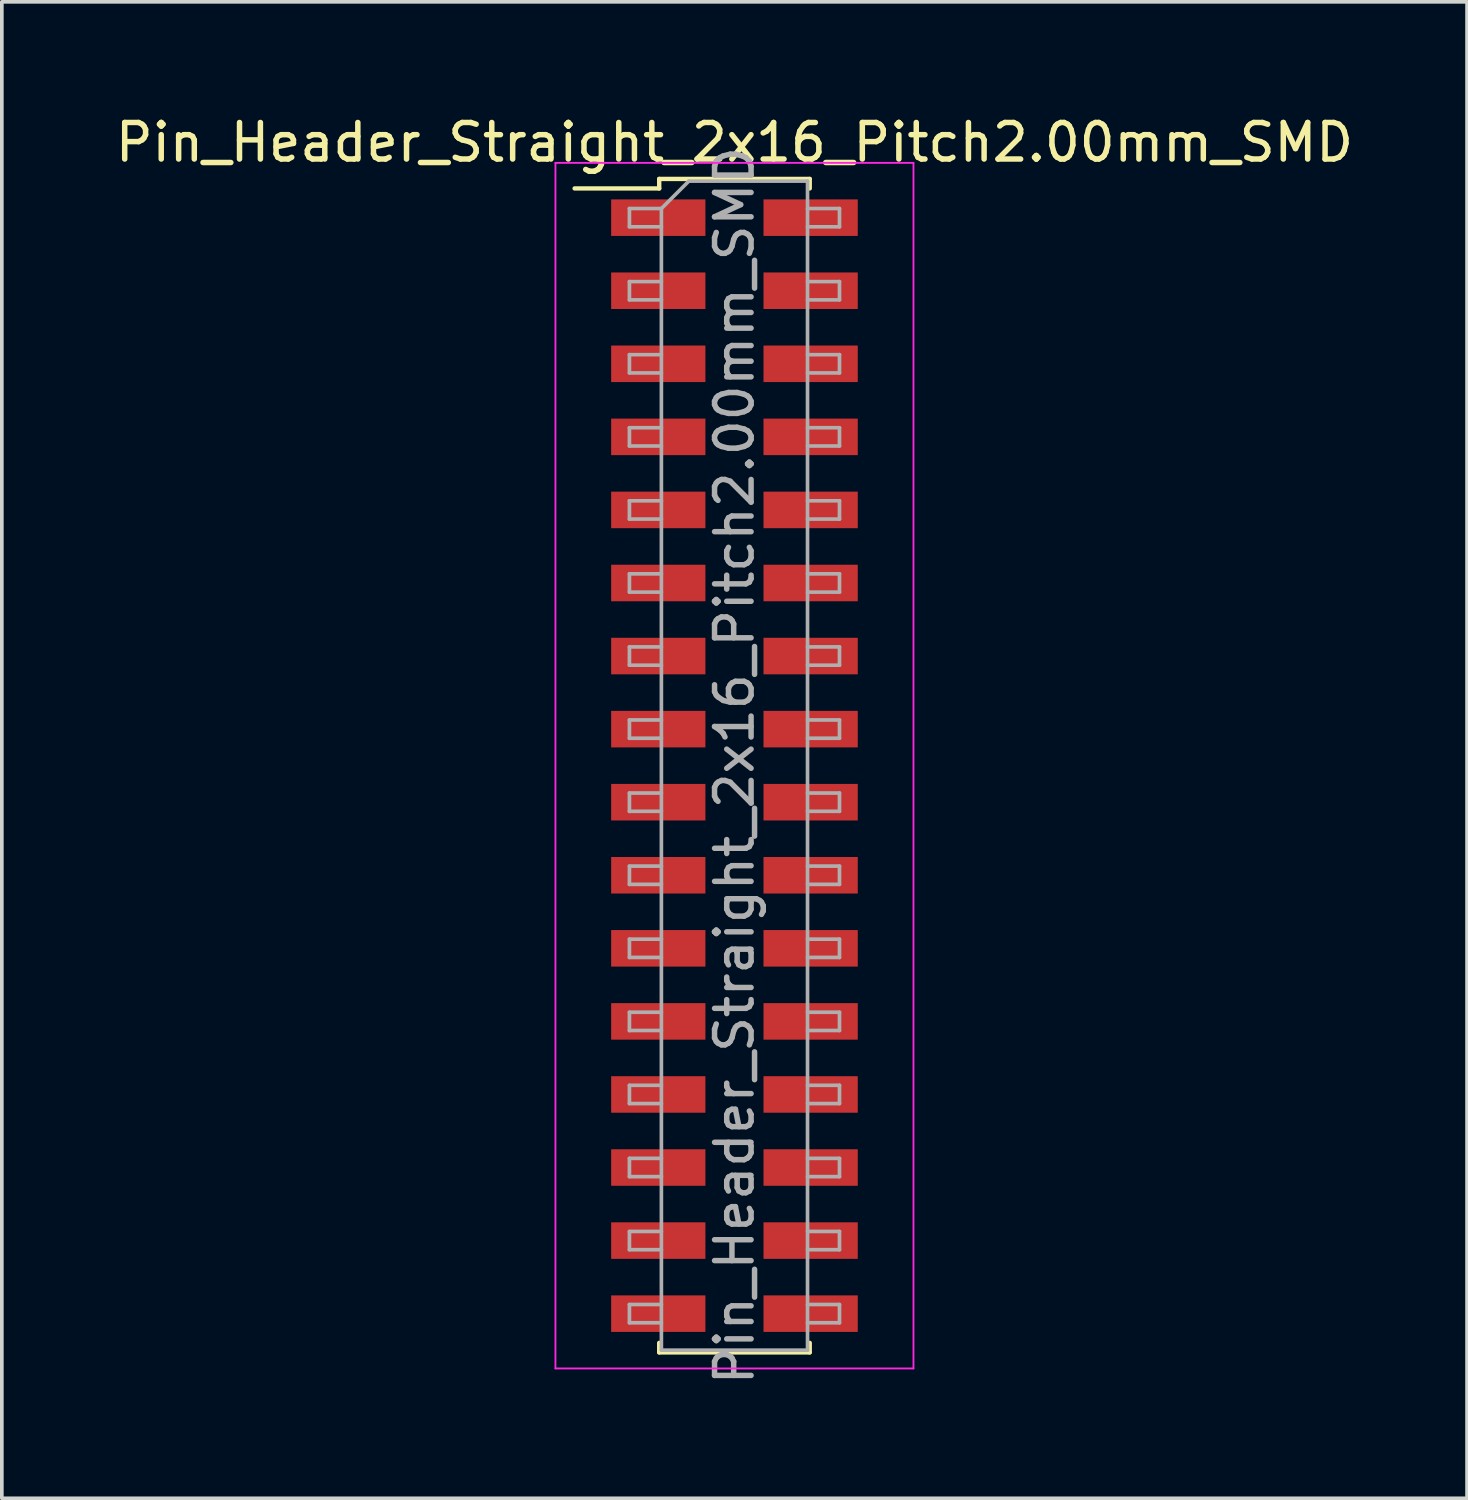
<source format=kicad_pcb>
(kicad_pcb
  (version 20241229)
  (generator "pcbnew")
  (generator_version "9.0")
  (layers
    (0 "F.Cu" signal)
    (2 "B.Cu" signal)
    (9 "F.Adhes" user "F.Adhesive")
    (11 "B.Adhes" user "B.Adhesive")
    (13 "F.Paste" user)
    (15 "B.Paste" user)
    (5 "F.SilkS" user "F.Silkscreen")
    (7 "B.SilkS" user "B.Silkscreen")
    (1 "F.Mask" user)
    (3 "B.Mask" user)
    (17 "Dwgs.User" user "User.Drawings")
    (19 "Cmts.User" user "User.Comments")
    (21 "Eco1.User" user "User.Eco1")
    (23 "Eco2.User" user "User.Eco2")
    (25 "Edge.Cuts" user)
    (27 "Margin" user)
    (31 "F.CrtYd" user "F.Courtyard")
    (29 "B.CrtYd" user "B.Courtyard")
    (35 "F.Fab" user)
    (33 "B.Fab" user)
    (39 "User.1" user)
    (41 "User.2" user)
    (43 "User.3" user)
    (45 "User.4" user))
  (footprint "Pin_Header_Straight_2x16_Pitch2.00mm_SMD"
    (layer "F.Cu")
    (at 17.054 17.908)
    (property "Reference" "Pin_Header_Straight_2x16_Pitch2.00mm_SMD" (at 0 -17.06 0) (layer "F.SilkS") (effects (font (size 1 1) (thickness 0.15))))
    (attr smd)
    (fp_line (start -4.375 -15.8) (end -2.06 -15.8) (stroke (width 0.12) (type solid)) (layer "F.SilkS"))
    (fp_line (start -2.06 -16.06) (end 2.06 -16.06) (stroke (width 0.12) (type solid)) (layer "F.SilkS"))
    (fp_line (start -2.06 -15.8) (end -2.06 -16.06) (stroke (width 0.12) (type solid)) (layer "F.SilkS"))
    (fp_line (start -2.06 15.8) (end -2.06 16.06) (stroke (width 0.12) (type solid)) (layer "F.SilkS"))
    (fp_line (start -2.06 16.06) (end 2.06 16.06) (stroke (width 0.12) (type solid)) (layer "F.SilkS"))
    (fp_line (start 2.06 -16.06) (end 2.06 -15.8) (stroke (width 0.12) (type solid)) (layer "F.SilkS"))
    (fp_line (start 2.06 16.06) (end 2.06 15.8) (stroke (width 0.12) (type solid)) (layer "F.SilkS"))
    (fp_line (start -4.9 -16.5) (end -4.9 16.5) (stroke (width 0.05) (type solid)) (layer "F.CrtYd"))
    (fp_line (start -4.9 16.5) (end 4.9 16.5) (stroke (width 0.05) (type solid)) (layer "F.CrtYd"))
    (fp_line (start 4.9 -16.5) (end -4.9 -16.5) (stroke (width 0.05) (type solid)) (layer "F.CrtYd"))
    (fp_line (start 4.9 16.5) (end 4.9 -16.5) (stroke (width 0.05) (type solid)) (layer "F.CrtYd"))
    (fp_line (start -2.875 -15.25) (end -2.875 -14.75) (stroke (width 0.1) (type solid)) (layer "F.Fab"))
    (fp_line (start -2.875 -14.75) (end -2 -14.75) (stroke (width 0.1) (type solid)) (layer "F.Fab"))
    (fp_line (start -2.875 -13.25) (end -2.875 -12.75) (stroke (width 0.1) (type solid)) (layer "F.Fab"))
    (fp_line (start -2.875 -12.75) (end -2 -12.75) (stroke (width 0.1) (type solid)) (layer "F.Fab"))
    (fp_line (start -2.875 -11.25) (end -2.875 -10.75) (stroke (width 0.1) (type solid)) (layer "F.Fab"))
    (fp_line (start -2.875 -10.75) (end -2 -10.75) (stroke (width 0.1) (type solid)) (layer "F.Fab"))
    (fp_line (start -2.875 -9.25) (end -2.875 -8.75) (stroke (width 0.1) (type solid)) (layer "F.Fab"))
    (fp_line (start -2.875 -8.75) (end -2 -8.75) (stroke (width 0.1) (type solid)) (layer "F.Fab"))
    (fp_line (start -2.875 -7.25) (end -2.875 -6.75) (stroke (width 0.1) (type solid)) (layer "F.Fab"))
    (fp_line (start -2.875 -6.75) (end -2 -6.75) (stroke (width 0.1) (type solid)) (layer "F.Fab"))
    (fp_line (start -2.875 -5.25) (end -2.875 -4.75) (stroke (width 0.1) (type solid)) (layer "F.Fab"))
    (fp_line (start -2.875 -4.75) (end -2 -4.75) (stroke (width 0.1) (type solid)) (layer "F.Fab"))
    (fp_line (start -2.875 -3.25) (end -2.875 -2.75) (stroke (width 0.1) (type solid)) (layer "F.Fab"))
    (fp_line (start -2.875 -2.75) (end -2 -2.75) (stroke (width 0.1) (type solid)) (layer "F.Fab"))
    (fp_line (start -2.875 -1.25) (end -2.875 -0.75) (stroke (width 0.1) (type solid)) (layer "F.Fab"))
    (fp_line (start -2.875 -0.75) (end -2 -0.75) (stroke (width 0.1) (type solid)) (layer "F.Fab"))
    (fp_line (start -2.875 0.75) (end -2.875 1.25) (stroke (width 0.1) (type solid)) (layer "F.Fab"))
    (fp_line (start -2.875 1.25) (end -2 1.25) (stroke (width 0.1) (type solid)) (layer "F.Fab"))
    (fp_line (start -2.875 2.75) (end -2.875 3.25) (stroke (width 0.1) (type solid)) (layer "F.Fab"))
    (fp_line (start -2.875 3.25) (end -2 3.25) (stroke (width 0.1) (type solid)) (layer "F.Fab"))
    (fp_line (start -2.875 4.75) (end -2.875 5.25) (stroke (width 0.1) (type solid)) (layer "F.Fab"))
    (fp_line (start -2.875 5.25) (end -2 5.25) (stroke (width 0.1) (type solid)) (layer "F.Fab"))
    (fp_line (start -2.875 6.75) (end -2.875 7.25) (stroke (width 0.1) (type solid)) (layer "F.Fab"))
    (fp_line (start -2.875 7.25) (end -2 7.25) (stroke (width 0.1) (type solid)) (layer "F.Fab"))
    (fp_line (start -2.875 8.75) (end -2.875 9.25) (stroke (width 0.1) (type solid)) (layer "F.Fab"))
    (fp_line (start -2.875 9.25) (end -2 9.25) (stroke (width 0.1) (type solid)) (layer "F.Fab"))
    (fp_line (start -2.875 10.75) (end -2.875 11.25) (stroke (width 0.1) (type solid)) (layer "F.Fab"))
    (fp_line (start -2.875 11.25) (end -2 11.25) (stroke (width 0.1) (type solid)) (layer "F.Fab"))
    (fp_line (start -2.875 12.75) (end -2.875 13.25) (stroke (width 0.1) (type solid)) (layer "F.Fab"))
    (fp_line (start -2.875 13.25) (end -2 13.25) (stroke (width 0.1) (type solid)) (layer "F.Fab"))
    (fp_line (start -2.875 14.75) (end -2.875 15.25) (stroke (width 0.1) (type solid)) (layer "F.Fab"))
    (fp_line (start -2.875 15.25) (end -2 15.25) (stroke (width 0.1) (type solid)) (layer "F.Fab"))
    (fp_line (start -2 -15.25) (end -2.875 -15.25) (stroke (width 0.1) (type solid)) (layer "F.Fab"))
    (fp_line (start -2 -15.25) (end -1.25 -16) (stroke (width 0.1) (type solid)) (layer "F.Fab"))
    (fp_line (start -2 -13.25) (end -2.875 -13.25) (stroke (width 0.1) (type solid)) (layer "F.Fab"))
    (fp_line (start -2 -11.25) (end -2.875 -11.25) (stroke (width 0.1) (type solid)) (layer "F.Fab"))
    (fp_line (start -2 -9.25) (end -2.875 -9.25) (stroke (width 0.1) (type solid)) (layer "F.Fab"))
    (fp_line (start -2 -7.25) (end -2.875 -7.25) (stroke (width 0.1) (type solid)) (layer "F.Fab"))
    (fp_line (start -2 -5.25) (end -2.875 -5.25) (stroke (width 0.1) (type solid)) (layer "F.Fab"))
    (fp_line (start -2 -3.25) (end -2.875 -3.25) (stroke (width 0.1) (type solid)) (layer "F.Fab"))
    (fp_line (start -2 -1.25) (end -2.875 -1.25) (stroke (width 0.1) (type solid)) (layer "F.Fab"))
    (fp_line (start -2 0.75) (end -2.875 0.75) (stroke (width 0.1) (type solid)) (layer "F.Fab"))
    (fp_line (start -2 2.75) (end -2.875 2.75) (stroke (width 0.1) (type solid)) (layer "F.Fab"))
    (fp_line (start -2 4.75) (end -2.875 4.75) (stroke (width 0.1) (type solid)) (layer "F.Fab"))
    (fp_line (start -2 6.75) (end -2.875 6.75) (stroke (width 0.1) (type solid)) (layer "F.Fab"))
    (fp_line (start -2 8.75) (end -2.875 8.75) (stroke (width 0.1) (type solid)) (layer "F.Fab"))
    (fp_line (start -2 10.75) (end -2.875 10.75) (stroke (width 0.1) (type solid)) (layer "F.Fab"))
    (fp_line (start -2 12.75) (end -2.875 12.75) (stroke (width 0.1) (type solid)) (layer "F.Fab"))
    (fp_line (start -2 14.75) (end -2.875 14.75) (stroke (width 0.1) (type solid)) (layer "F.Fab"))
    (fp_line (start -2 16) (end -2 -15.25) (stroke (width 0.1) (type solid)) (layer "F.Fab"))
    (fp_line (start -1.25 -16) (end 2 -16) (stroke (width 0.1) (type solid)) (layer "F.Fab"))
    (fp_line (start 2 -16) (end 2 16) (stroke (width 0.1) (type solid)) (layer "F.Fab"))
    (fp_line (start 2 -15.25) (end 2.875 -15.25) (stroke (width 0.1) (type solid)) (layer "F.Fab"))
    (fp_line (start 2 -13.25) (end 2.875 -13.25) (stroke (width 0.1) (type solid)) (layer "F.Fab"))
    (fp_line (start 2 -11.25) (end 2.875 -11.25) (stroke (width 0.1) (type solid)) (layer "F.Fab"))
    (fp_line (start 2 -9.25) (end 2.875 -9.25) (stroke (width 0.1) (type solid)) (layer "F.Fab"))
    (fp_line (start 2 -7.25) (end 2.875 -7.25) (stroke (width 0.1) (type solid)) (layer "F.Fab"))
    (fp_line (start 2 -5.25) (end 2.875 -5.25) (stroke (width 0.1) (type solid)) (layer "F.Fab"))
    (fp_line (start 2 -3.25) (end 2.875 -3.25) (stroke (width 0.1) (type solid)) (layer "F.Fab"))
    (fp_line (start 2 -1.25) (end 2.875 -1.25) (stroke (width 0.1) (type solid)) (layer "F.Fab"))
    (fp_line (start 2 0.75) (end 2.875 0.75) (stroke (width 0.1) (type solid)) (layer "F.Fab"))
    (fp_line (start 2 2.75) (end 2.875 2.75) (stroke (width 0.1) (type solid)) (layer "F.Fab"))
    (fp_line (start 2 4.75) (end 2.875 4.75) (stroke (width 0.1) (type solid)) (layer "F.Fab"))
    (fp_line (start 2 6.75) (end 2.875 6.75) (stroke (width 0.1) (type solid)) (layer "F.Fab"))
    (fp_line (start 2 8.75) (end 2.875 8.75) (stroke (width 0.1) (type solid)) (layer "F.Fab"))
    (fp_line (start 2 10.75) (end 2.875 10.75) (stroke (width 0.1) (type solid)) (layer "F.Fab"))
    (fp_line (start 2 12.75) (end 2.875 12.75) (stroke (width 0.1) (type solid)) (layer "F.Fab"))
    (fp_line (start 2 14.75) (end 2.875 14.75) (stroke (width 0.1) (type solid)) (layer "F.Fab"))
    (fp_line (start 2 16) (end -2 16) (stroke (width 0.1) (type solid)) (layer "F.Fab"))
    (fp_line (start 2.875 -15.25) (end 2.875 -14.75) (stroke (width 0.1) (type solid)) (layer "F.Fab"))
    (fp_line (start 2.875 -14.75) (end 2 -14.75) (stroke (width 0.1) (type solid)) (layer "F.Fab"))
    (fp_line (start 2.875 -13.25) (end 2.875 -12.75) (stroke (width 0.1) (type solid)) (layer "F.Fab"))
    (fp_line (start 2.875 -12.75) (end 2 -12.75) (stroke (width 0.1) (type solid)) (layer "F.Fab"))
    (fp_line (start 2.875 -11.25) (end 2.875 -10.75) (stroke (width 0.1) (type solid)) (layer "F.Fab"))
    (fp_line (start 2.875 -10.75) (end 2 -10.75) (stroke (width 0.1) (type solid)) (layer "F.Fab"))
    (fp_line (start 2.875 -9.25) (end 2.875 -8.75) (stroke (width 0.1) (type solid)) (layer "F.Fab"))
    (fp_line (start 2.875 -8.75) (end 2 -8.75) (stroke (width 0.1) (type solid)) (layer "F.Fab"))
    (fp_line (start 2.875 -7.25) (end 2.875 -6.75) (stroke (width 0.1) (type solid)) (layer "F.Fab"))
    (fp_line (start 2.875 -6.75) (end 2 -6.75) (stroke (width 0.1) (type solid)) (layer "F.Fab"))
    (fp_line (start 2.875 -5.25) (end 2.875 -4.75) (stroke (width 0.1) (type solid)) (layer "F.Fab"))
    (fp_line (start 2.875 -4.75) (end 2 -4.75) (stroke (width 0.1) (type solid)) (layer "F.Fab"))
    (fp_line (start 2.875 -3.25) (end 2.875 -2.75) (stroke (width 0.1) (type solid)) (layer "F.Fab"))
    (fp_line (start 2.875 -2.75) (end 2 -2.75) (stroke (width 0.1) (type solid)) (layer "F.Fab"))
    (fp_line (start 2.875 -1.25) (end 2.875 -0.75) (stroke (width 0.1) (type solid)) (layer "F.Fab"))
    (fp_line (start 2.875 -0.75) (end 2 -0.75) (stroke (width 0.1) (type solid)) (layer "F.Fab"))
    (fp_line (start 2.875 0.75) (end 2.875 1.25) (stroke (width 0.1) (type solid)) (layer "F.Fab"))
    (fp_line (start 2.875 1.25) (end 2 1.25) (stroke (width 0.1) (type solid)) (layer "F.Fab"))
    (fp_line (start 2.875 2.75) (end 2.875 3.25) (stroke (width 0.1) (type solid)) (layer "F.Fab"))
    (fp_line (start 2.875 3.25) (end 2 3.25) (stroke (width 0.1) (type solid)) (layer "F.Fab"))
    (fp_line (start 2.875 4.75) (end 2.875 5.25) (stroke (width 0.1) (type solid)) (layer "F.Fab"))
    (fp_line (start 2.875 5.25) (end 2 5.25) (stroke (width 0.1) (type solid)) (layer "F.Fab"))
    (fp_line (start 2.875 6.75) (end 2.875 7.25) (stroke (width 0.1) (type solid)) (layer "F.Fab"))
    (fp_line (start 2.875 7.25) (end 2 7.25) (stroke (width 0.1) (type solid)) (layer "F.Fab"))
    (fp_line (start 2.875 8.75) (end 2.875 9.25) (stroke (width 0.1) (type solid)) (layer "F.Fab"))
    (fp_line (start 2.875 9.25) (end 2 9.25) (stroke (width 0.1) (type solid)) (layer "F.Fab"))
    (fp_line (start 2.875 10.75) (end 2.875 11.25) (stroke (width 0.1) (type solid)) (layer "F.Fab"))
    (fp_line (start 2.875 11.25) (end 2 11.25) (stroke (width 0.1) (type solid)) (layer "F.Fab"))
    (fp_line (start 2.875 12.75) (end 2.875 13.25) (stroke (width 0.1) (type solid)) (layer "F.Fab"))
    (fp_line (start 2.875 13.25) (end 2 13.25) (stroke (width 0.1) (type solid)) (layer "F.Fab"))
    (fp_line (start 2.875 14.75) (end 2.875 15.25) (stroke (width 0.1) (type solid)) (layer "F.Fab"))
    (fp_line (start 2.875 15.25) (end 2 15.25) (stroke (width 0.1) (type solid)) (layer "F.Fab"))
    (fp_text user "${REFERENCE}" (at 0 0 90) (layer "F.Fab") (effects (font (size 1 1) (thickness 0.15))))
    (pad "1" smd rect (at -2.085 -15) (size 2.58 1) (layers "F.Cu" "F.Mask" "F.Paste"))
    (pad "2" smd rect (at 2.085 -15) (size 2.58 1) (layers "F.Cu" "F.Mask" "F.Paste"))
    (pad "3" smd rect (at -2.085 -13) (size 2.58 1) (layers "F.Cu" "F.Mask" "F.Paste"))
    (pad "4" smd rect (at 2.085 -13) (size 2.58 1) (layers "F.Cu" "F.Mask" "F.Paste"))
    (pad "5" smd rect (at -2.085 -11) (size 2.58 1) (layers "F.Cu" "F.Mask" "F.Paste"))
    (pad "6" smd rect (at 2.085 -11) (size 2.58 1) (layers "F.Cu" "F.Mask" "F.Paste"))
    (pad "7" smd rect (at -2.085 -9) (size 2.58 1) (layers "F.Cu" "F.Mask" "F.Paste"))
    (pad "8" smd rect (at 2.085 -9) (size 2.58 1) (layers "F.Cu" "F.Mask" "F.Paste"))
    (pad "9" smd rect (at -2.085 -7) (size 2.58 1) (layers "F.Cu" "F.Mask" "F.Paste"))
    (pad "10" smd rect (at 2.085 -7) (size 2.58 1) (layers "F.Cu" "F.Mask" "F.Paste"))
    (pad "11" smd rect (at -2.085 -5) (size 2.58 1) (layers "F.Cu" "F.Mask" "F.Paste"))
    (pad "12" smd rect (at 2.085 -5) (size 2.58 1) (layers "F.Cu" "F.Mask" "F.Paste"))
    (pad "13" smd rect (at -2.085 -3) (size 2.58 1) (layers "F.Cu" "F.Mask" "F.Paste"))
    (pad "14" smd rect (at 2.085 -3) (size 2.58 1) (layers "F.Cu" "F.Mask" "F.Paste"))
    (pad "15" smd rect (at -2.085 -1) (size 2.58 1) (layers "F.Cu" "F.Mask" "F.Paste"))
    (pad "16" smd rect (at 2.085 -1) (size 2.58 1) (layers "F.Cu" "F.Mask" "F.Paste"))
    (pad "17" smd rect (at -2.085 1) (size 2.58 1) (layers "F.Cu" "F.Mask" "F.Paste"))
    (pad "18" smd rect (at 2.085 1) (size 2.58 1) (layers "F.Cu" "F.Mask" "F.Paste"))
    (pad "19" smd rect (at -2.085 3) (size 2.58 1) (layers "F.Cu" "F.Mask" "F.Paste"))
    (pad "20" smd rect (at 2.085 3) (size 2.58 1) (layers "F.Cu" "F.Mask" "F.Paste"))
    (pad "21" smd rect (at -2.085 5) (size 2.58 1) (layers "F.Cu" "F.Mask" "F.Paste"))
    (pad "22" smd rect (at 2.085 5) (size 2.58 1) (layers "F.Cu" "F.Mask" "F.Paste"))
    (pad "23" smd rect (at -2.085 7) (size 2.58 1) (layers "F.Cu" "F.Mask" "F.Paste"))
    (pad "24" smd rect (at 2.085 7) (size 2.58 1) (layers "F.Cu" "F.Mask" "F.Paste"))
    (pad "25" smd rect (at -2.085 9) (size 2.58 1) (layers "F.Cu" "F.Mask" "F.Paste"))
    (pad "26" smd rect (at 2.085 9) (size 2.58 1) (layers "F.Cu" "F.Mask" "F.Paste"))
    (pad "27" smd rect (at -2.085 11) (size 2.58 1) (layers "F.Cu" "F.Mask" "F.Paste"))
    (pad "28" smd rect (at 2.085 11) (size 2.58 1) (layers "F.Cu" "F.Mask" "F.Paste"))
    (pad "29" smd rect (at -2.085 13) (size 2.58 1) (layers "F.Cu" "F.Mask" "F.Paste"))
    (pad "30" smd rect (at 2.085 13) (size 2.58 1) (layers "F.Cu" "F.Mask" "F.Paste"))
    (pad "31" smd rect (at -2.085 15) (size 2.58 1) (layers "F.Cu" "F.Mask" "F.Paste"))
    (pad "32" smd rect (at 2.085 15) (size 2.58 1) (layers "F.Cu" "F.Mask" "F.Paste")))
  (gr_rect
    (start -3 -3)
    (end 37.107 37.962)
    (stroke (width 0.1) (type default))
    (fill no)
    (layer "Edge.Cuts")))
</source>
